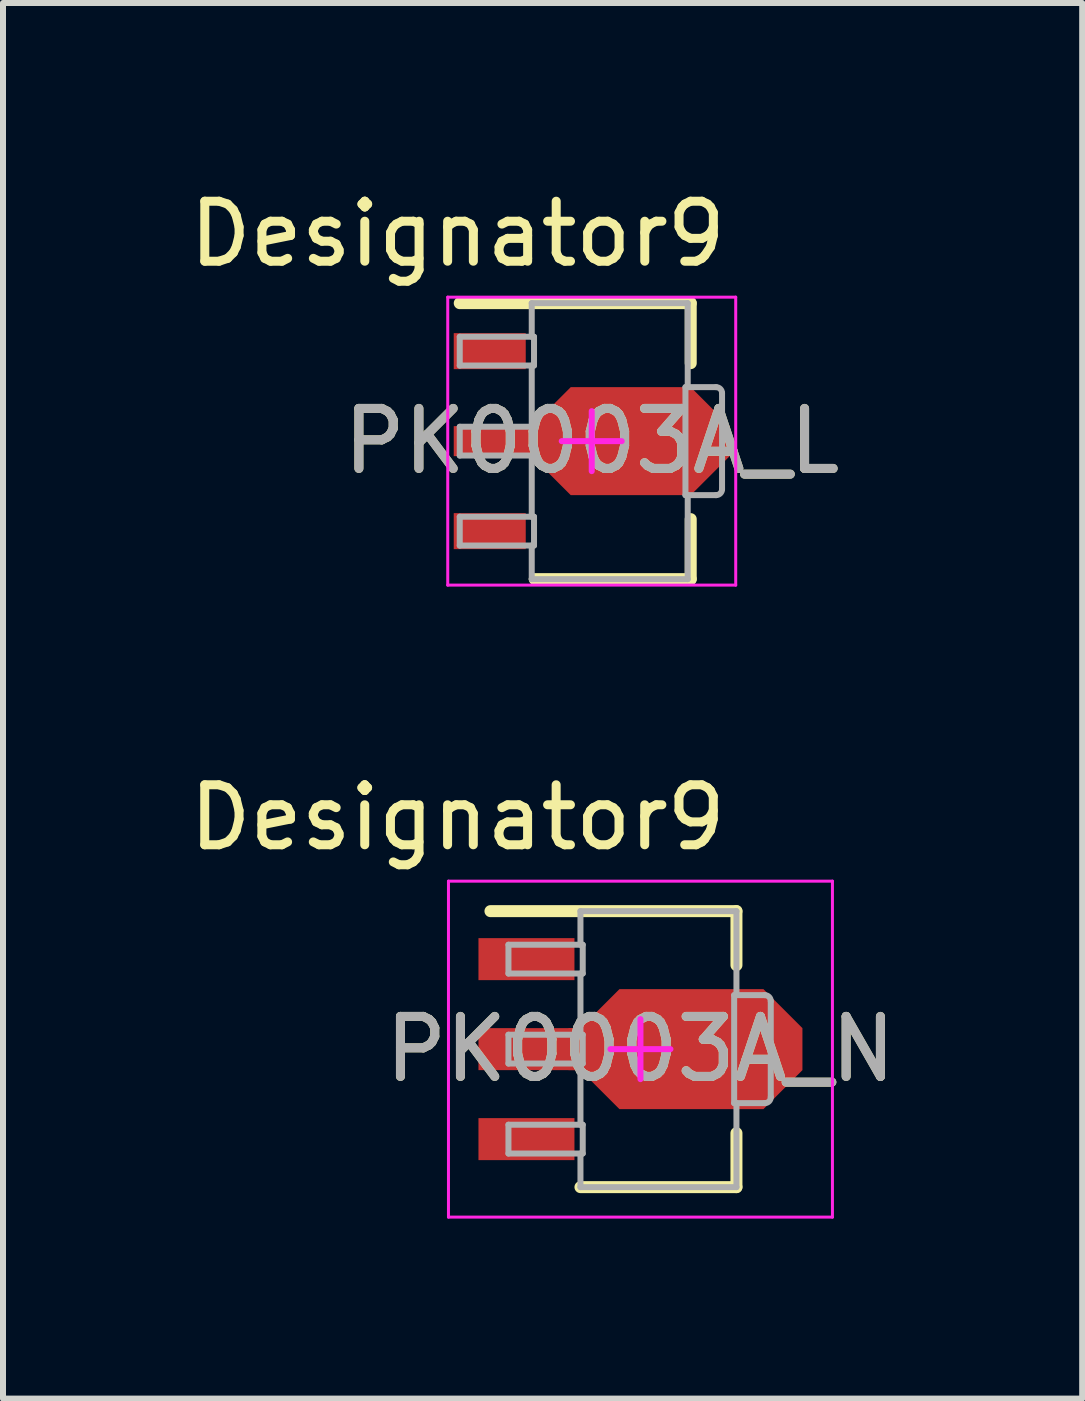
<source format=kicad_pcb>
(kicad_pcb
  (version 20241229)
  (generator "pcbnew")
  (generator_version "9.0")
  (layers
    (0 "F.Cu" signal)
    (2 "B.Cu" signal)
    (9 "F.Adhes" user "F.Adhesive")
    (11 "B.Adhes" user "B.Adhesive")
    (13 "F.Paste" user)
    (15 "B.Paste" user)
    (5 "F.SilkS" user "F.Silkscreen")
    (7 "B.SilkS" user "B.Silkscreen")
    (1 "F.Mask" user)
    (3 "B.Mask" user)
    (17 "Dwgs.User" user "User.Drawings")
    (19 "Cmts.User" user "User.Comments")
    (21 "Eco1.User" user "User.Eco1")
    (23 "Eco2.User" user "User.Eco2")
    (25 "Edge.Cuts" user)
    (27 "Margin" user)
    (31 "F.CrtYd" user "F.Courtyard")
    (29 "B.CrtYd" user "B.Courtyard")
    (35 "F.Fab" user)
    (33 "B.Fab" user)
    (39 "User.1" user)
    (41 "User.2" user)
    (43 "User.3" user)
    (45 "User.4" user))
  (footprint "PK0003A_N"
    (layer "F.Cu")
    (at 7.625 14.437)
    (property "Reference" "PK0003A_N" (at 0 0 0) (unlocked yes) (layer "F.SilkS") (effects (font (size 1 1) (thickness 0.15))))
    (attr smd)
    (fp_poly (pts (xy -1 -0.35) (xy -0.35 -1) (xy 2.05 -1) (xy 2.7 -0.35) (xy 2.7 0.35) (xy 2.05 1) (xy -0.35 1) (xy -1 0.35) (xy -1.2 0.35) (xy -1.2 -0.35)) (stroke (width 0) (type solid)) (fill yes) (layer "F.Cu"))
    (fp_poly (pts (xy -1.021 -0.401) (xy -0.386 -1.036) (xy -0.378 -1.042) (xy -0.369 -1.047) (xy -0.36 -1.05) (xy -0.35 -1.051) (xy 2.05 -1.051) (xy 2.06 -1.05) (xy 2.069 -1.047) (xy 2.078 -1.042) (xy 2.086 -1.036) (xy 2.736 -0.386) (xy 2.742 -0.378) (xy 2.747 -0.369) (xy 2.75 -0.36) (xy 2.751 -0.35) (xy 2.751 0.35) (xy 2.75 0.36) (xy 2.747 0.369) (xy 2.742 0.378) (xy 2.736 0.386) (xy 2.086 1.036) (xy 2.078 1.042) (xy 2.069 1.047) (xy 2.06 1.05) (xy 2.05 1.051) (xy -0.35 1.051) (xy -0.36 1.05) (xy -0.369 1.047) (xy -0.378 1.042) (xy -0.386 1.036) (xy -1.021 0.401) (xy -1.2 0.401) (xy -1.21 0.4) (xy -1.219 0.397) (xy -1.228 0.392) (xy -1.236 0.386) (xy -1.242 0.378) (xy -1.247 0.369) (xy -1.25 0.36) (xy -1.251 0.35) (xy -1.251 -0.35) (xy -1.25 -0.36) (xy -1.247 -0.369) (xy -1.242 -0.378) (xy -1.236 -0.386) (xy -1.228 -0.392) (xy -1.219 -0.397) (xy -1.21 -0.4) (xy -1.2 -0.401)) (stroke (width 0) (type solid)) (fill yes) (layer "F.Mask"))
    (fp_line (start -2.5 -2.3) (end 1.6 -2.3) (stroke (width 0.2) (type solid)) (layer "F.SilkS"))
    (fp_line (start -1 2.3) (end 1.6 2.3) (stroke (width 0.2) (type solid)) (layer "F.SilkS"))
    (fp_line (start 1.6 -1.4) (end 1.6 -2.3) (stroke (width 0.2) (type solid)) (layer "F.SilkS"))
    (fp_line (start 1.6 2.3) (end 1.6 1.4) (stroke (width 0.2) (type solid)) (layer "F.SilkS"))
    (fp_poly (pts (xy -1 -0.35) (xy -0.35 -1) (xy 2.05 -1) (xy 2.7 -0.35) (xy 2.7 0.35) (xy 2.05 1) (xy -0.35 1) (xy -1 0.35) (xy -1.2 0.35) (xy -1.2 -0.35)) (stroke (width 0) (type solid)) (fill yes) (layer "F.Paste"))
    (fp_line (start -3.2 -2.8) (end 3.2 -2.8) (stroke (width 0.05) (type solid)) (layer "F.CrtYd"))
    (fp_line (start -3.2 2.8) (end -3.2 -2.8) (stroke (width 0.05) (type solid)) (layer "F.CrtYd"))
    (fp_line (start -3.2 2.8) (end 3.2 2.8) (stroke (width 0.05) (type solid)) (layer "F.CrtYd"))
    (fp_line (start -0.5 0) (end 0.5 0) (stroke (width 0.1) (type solid)) (layer "F.CrtYd"))
    (fp_line (start 0 0.5) (end 0 -0.5) (stroke (width 0.1) (type solid)) (layer "F.CrtYd"))
    (fp_line (start 3.2 2.8) (end 3.2 -2.8) (stroke (width 0.05) (type solid)) (layer "F.CrtYd"))
    (fp_line (start -2.2 -1.74) (end -0.962 -1.74) (stroke (width 0.1) (type solid)) (layer "F.Fab"))
    (fp_line (start -2.2 -1.26) (end -2.2 -1.74) (stroke (width 0.1) (type solid)) (layer "F.Fab"))
    (fp_line (start -2.2 -1.26) (end -0.962 -1.26) (stroke (width 0.1) (type solid)) (layer "F.Fab"))
    (fp_line (start -2.2 -0.24) (end -0.962 -0.24) (stroke (width 0.1) (type solid)) (layer "F.Fab"))
    (fp_line (start -2.2 0.24) (end -2.2 -0.24) (stroke (width 0.1) (type solid)) (layer "F.Fab"))
    (fp_line (start -2.2 0.24) (end -0.962 0.24) (stroke (width 0.1) (type solid)) (layer "F.Fab"))
    (fp_line (start -2.2 1.26) (end -0.962 1.26) (stroke (width 0.1) (type solid)) (layer "F.Fab"))
    (fp_line (start -2.2 1.74) (end -2.2 1.26) (stroke (width 0.1) (type solid)) (layer "F.Fab"))
    (fp_line (start -2.2 1.74) (end -0.962 1.74) (stroke (width 0.1) (type solid)) (layer "F.Fab"))
    (fp_line (start -1 -2.3) (end 1.6 -2.3) (stroke (width 0.1) (type solid)) (layer "F.Fab"))
    (fp_line (start -1 -1.74) (end -1 -2.3) (stroke (width 0.1) (type solid)) (layer "F.Fab"))
    (fp_line (start -1 -0.24) (end -1 -1.26) (stroke (width 0.1) (type solid)) (layer "F.Fab"))
    (fp_line (start -1 1.26) (end -1 0.24) (stroke (width 0.1) (type solid)) (layer "F.Fab"))
    (fp_line (start -1 2.3) (end -1 1.74) (stroke (width 0.1) (type solid)) (layer "F.Fab"))
    (fp_line (start -1 2.3) (end 1.6 2.3) (stroke (width 0.1) (type solid)) (layer "F.Fab"))
    (fp_line (start -0.962 -1.26) (end -0.962 -1.74) (stroke (width 0.1) (type solid)) (layer "F.Fab"))
    (fp_line (start -0.962 0.24) (end -0.962 -0.24) (stroke (width 0.1) (type solid)) (layer "F.Fab"))
    (fp_line (start -0.962 1.74) (end -0.962 1.26) (stroke (width 0.1) (type solid)) (layer "F.Fab"))
    (fp_line (start 1.562 -0.9) (end 2.072 -0.9) (stroke (width 0.1) (type solid)) (layer "F.Fab"))
    (fp_line (start 1.562 0.9) (end 1.562 -0.9) (stroke (width 0.1) (type solid)) (layer "F.Fab"))
    (fp_line (start 1.562 0.9) (end 2.072 0.9) (stroke (width 0.1) (type solid)) (layer "F.Fab"))
    (fp_line (start 1.6 -0.9) (end 1.6 -2.3) (stroke (width 0.1) (type solid)) (layer "F.Fab"))
    (fp_line (start 1.6 2.3) (end 1.6 0.9) (stroke (width 0.1) (type solid)) (layer "F.Fab"))
    (fp_line (start 2.172 0.8) (end 2.172 -0.8) (stroke (width 0.1) (type solid)) (layer "F.Fab"))
    (fp_arc (start 2.072312 -0.899998) (mid 2.143023 -0.870709) (end 2.172312 -0.799998) (stroke (width 0.1) (type solid)) (layer "F.Fab"))
    (fp_arc (start 2.172312 0.800001) (mid 2.143023 0.870711) (end 2.072312 0.900001) (stroke (width 0.1) (type solid)) (layer "F.Fab"))
    (fp_text user "Designator9" (at -3.048 -3.861 0) (unlocked yes) (layer "F.SilkS") (effects (font (size 1 1) (thickness 0.15))))
    (fp_text user "${REFERENCE}" (at 0 0 0) (unlocked yes) (layer "F.Fab") (effects (font (size 1 1) (thickness 0.15))))
    (pad "1" smd rect (at -1.9 -1.5 90) (size 0.7 1.6) (layers "F.Cu" "F.Mask" "F.Paste"))
    (pad "2" smd rect (at -1.85 0 90) (size 0.7 1.7) (layers "F.Cu" "F.Mask" "F.Paste"))
    (pad "3" smd rect (at -1.9 1.5 90) (size 0.7 1.6) (layers "F.Cu" "F.Mask" "F.Paste")))
  (footprint "PK0003A_L"
    (layer "F.Cu")
    (at 6.813 4.303)
    (property "Reference" "PK0003A_L" (at 0 0 0) (unlocked yes) (layer "F.SilkS") (effects (font (size 1 1) (thickness 0.15))))
    (attr smd)
    (fp_poly (pts (xy -1 -0.25) (xy -0.35 -0.9) (xy 1.65 -0.9) (xy 2.3 -0.25) (xy 2.3 0.25) (xy 1.65 0.9) (xy -0.35 0.9) (xy -1 0.25) (xy -1.2 0.25) (xy -1.2 -0.25)) (stroke (width 0) (type solid)) (fill yes) (layer "F.Cu"))
    (fp_poly (pts (xy -1.021 -0.301) (xy -0.386 -0.936) (xy -0.378 -0.942) (xy -0.369 -0.947) (xy -0.36 -0.95) (xy -0.35 -0.951) (xy 1.65 -0.951) (xy 1.66 -0.95) (xy 1.669 -0.947) (xy 1.678 -0.942) (xy 1.686 -0.936) (xy 2.336 -0.286) (xy 2.342 -0.278) (xy 2.347 -0.269) (xy 2.35 -0.26) (xy 2.351 -0.25) (xy 2.351 0.25) (xy 2.35 0.26) (xy 2.347 0.269) (xy 2.342 0.278) (xy 2.336 0.286) (xy 1.686 0.936) (xy 1.678 0.942) (xy 1.669 0.947) (xy 1.66 0.95) (xy 1.65 0.951) (xy -0.35 0.951) (xy -0.36 0.95) (xy -0.369 0.947) (xy -0.378 0.942) (xy -0.386 0.936) (xy -1.021 0.301) (xy -1.2 0.301) (xy -1.21 0.3) (xy -1.219 0.297) (xy -1.228 0.292) (xy -1.236 0.286) (xy -1.242 0.278) (xy -1.247 0.269) (xy -1.25 0.26) (xy -1.251 0.25) (xy -1.251 -0.25) (xy -1.25 -0.26) (xy -1.247 -0.269) (xy -1.242 -0.278) (xy -1.236 -0.286) (xy -1.228 -0.292) (xy -1.219 -0.297) (xy -1.21 -0.3) (xy -1.2 -0.301)) (stroke (width 0) (type solid)) (fill yes) (layer "F.Mask"))
    (fp_line (start -2.2 -2.3) (end 1.65 -2.3) (stroke (width 0.2) (type solid)) (layer "F.SilkS"))
    (fp_line (start -0.95 2.3) (end 1.65 2.3) (stroke (width 0.2) (type solid)) (layer "F.SilkS"))
    (fp_line (start 1.65 -1.3) (end 1.65 -2.3) (stroke (width 0.2) (type solid)) (layer "F.SilkS"))
    (fp_line (start 1.65 2.3) (end 1.65 1.3) (stroke (width 0.2) (type solid)) (layer "F.SilkS"))
    (fp_poly (pts (xy -1 -0.25) (xy -0.35 -0.9) (xy 1.65 -0.9) (xy 2.3 -0.25) (xy 2.3 0.25) (xy 1.65 0.9) (xy -0.35 0.9) (xy -1 0.25) (xy -1.2 0.25) (xy -1.2 -0.25)) (stroke (width 0) (type solid)) (fill yes) (layer "F.Paste"))
    (fp_line (start -2.4 -2.4) (end 2.4 -2.4) (stroke (width 0.05) (type solid)) (layer "F.CrtYd"))
    (fp_line (start -2.4 2.4) (end -2.4 -2.4) (stroke (width 0.05) (type solid)) (layer "F.CrtYd"))
    (fp_line (start -2.4 2.4) (end 2.4 2.4) (stroke (width 0.05) (type solid)) (layer "F.CrtYd"))
    (fp_line (start -0.5 0) (end 0.5 0) (stroke (width 0.1) (type solid)) (layer "F.CrtYd"))
    (fp_line (start 0 0.5) (end 0 -0.5) (stroke (width 0.1) (type solid)) (layer "F.CrtYd"))
    (fp_line (start 2.4 2.4) (end 2.4 -2.4) (stroke (width 0.05) (type solid)) (layer "F.CrtYd"))
    (fp_line (start -2.2 -1.74) (end -0.962 -1.74) (stroke (width 0.1) (type solid)) (layer "F.Fab"))
    (fp_line (start -2.2 -1.26) (end -2.2 -1.74) (stroke (width 0.1) (type solid)) (layer "F.Fab"))
    (fp_line (start -2.2 -1.26) (end -0.962 -1.26) (stroke (width 0.1) (type solid)) (layer "F.Fab"))
    (fp_line (start -2.2 -0.24) (end -0.962 -0.24) (stroke (width 0.1) (type solid)) (layer "F.Fab"))
    (fp_line (start -2.2 0.24) (end -2.2 -0.24) (stroke (width 0.1) (type solid)) (layer "F.Fab"))
    (fp_line (start -2.2 0.24) (end -0.962 0.24) (stroke (width 0.1) (type solid)) (layer "F.Fab"))
    (fp_line (start -2.2 1.26) (end -0.962 1.26) (stroke (width 0.1) (type solid)) (layer "F.Fab"))
    (fp_line (start -2.2 1.74) (end -2.2 1.26) (stroke (width 0.1) (type solid)) (layer "F.Fab"))
    (fp_line (start -2.2 1.74) (end -0.962 1.74) (stroke (width 0.1) (type solid)) (layer "F.Fab"))
    (fp_line (start -1 -2.3) (end 1.6 -2.3) (stroke (width 0.1) (type solid)) (layer "F.Fab"))
    (fp_line (start -1 -1.74) (end -1 -2.3) (stroke (width 0.1) (type solid)) (layer "F.Fab"))
    (fp_line (start -1 -0.24) (end -1 -1.26) (stroke (width 0.1) (type solid)) (layer "F.Fab"))
    (fp_line (start -1 1.26) (end -1 0.24) (stroke (width 0.1) (type solid)) (layer "F.Fab"))
    (fp_line (start -1 2.3) (end -1 1.74) (stroke (width 0.1) (type solid)) (layer "F.Fab"))
    (fp_line (start -1 2.3) (end 1.6 2.3) (stroke (width 0.1) (type solid)) (layer "F.Fab"))
    (fp_line (start -0.962 -1.26) (end -0.962 -1.74) (stroke (width 0.1) (type solid)) (layer "F.Fab"))
    (fp_line (start -0.962 0.24) (end -0.962 -0.24) (stroke (width 0.1) (type solid)) (layer "F.Fab"))
    (fp_line (start -0.962 1.74) (end -0.962 1.26) (stroke (width 0.1) (type solid)) (layer "F.Fab"))
    (fp_line (start 1.562 -0.9) (end 2.072 -0.9) (stroke (width 0.1) (type solid)) (layer "F.Fab"))
    (fp_line (start 1.562 0.9) (end 1.562 -0.9) (stroke (width 0.1) (type solid)) (layer "F.Fab"))
    (fp_line (start 1.562 0.9) (end 2.072 0.9) (stroke (width 0.1) (type solid)) (layer "F.Fab"))
    (fp_line (start 1.6 -0.9) (end 1.6 -2.3) (stroke (width 0.1) (type solid)) (layer "F.Fab"))
    (fp_line (start 1.6 2.3) (end 1.6 0.9) (stroke (width 0.1) (type solid)) (layer "F.Fab"))
    (fp_line (start 2.172 0.8) (end 2.172 -0.8) (stroke (width 0.1) (type solid)) (layer "F.Fab"))
    (fp_arc (start 2.072312 -0.899998) (mid 2.143023 -0.870709) (end 2.172312 -0.799998) (stroke (width 0.1) (type solid)) (layer "F.Fab"))
    (fp_arc (start 2.172312 0.800001) (mid 2.143023 0.870711) (end 2.072312 0.900001) (stroke (width 0.1) (type solid)) (layer "F.Fab"))
    (fp_text user "Designator9" (at -2.235 -3.454 0) (unlocked yes) (layer "F.SilkS") (effects (font (size 1 1) (thickness 0.15))))
    (fp_text user "${REFERENCE}" (at 0 0 0) (unlocked yes) (layer "F.Fab") (effects (font (size 1 1) (thickness 0.15))))
    (pad "1" smd rect (at -1.7 -1.5 90) (size 0.6 1.2) (layers "F.Cu" "F.Mask" "F.Paste"))
    (pad "2" smd rect (at -1.65 0 90) (size 0.5 1.3) (layers "F.Cu" "F.Mask" "F.Paste"))
    (pad "3" smd rect (at -1.7 1.5 90) (size 0.6 1.2) (layers "F.Cu" "F.Mask" "F.Paste")))
  (gr_rect
    (start -3 -3)
    (end 14.988 20.262)
    (stroke (width 0.1) (type default))
    (fill no)
    (layer "Edge.Cuts")))
</source>
